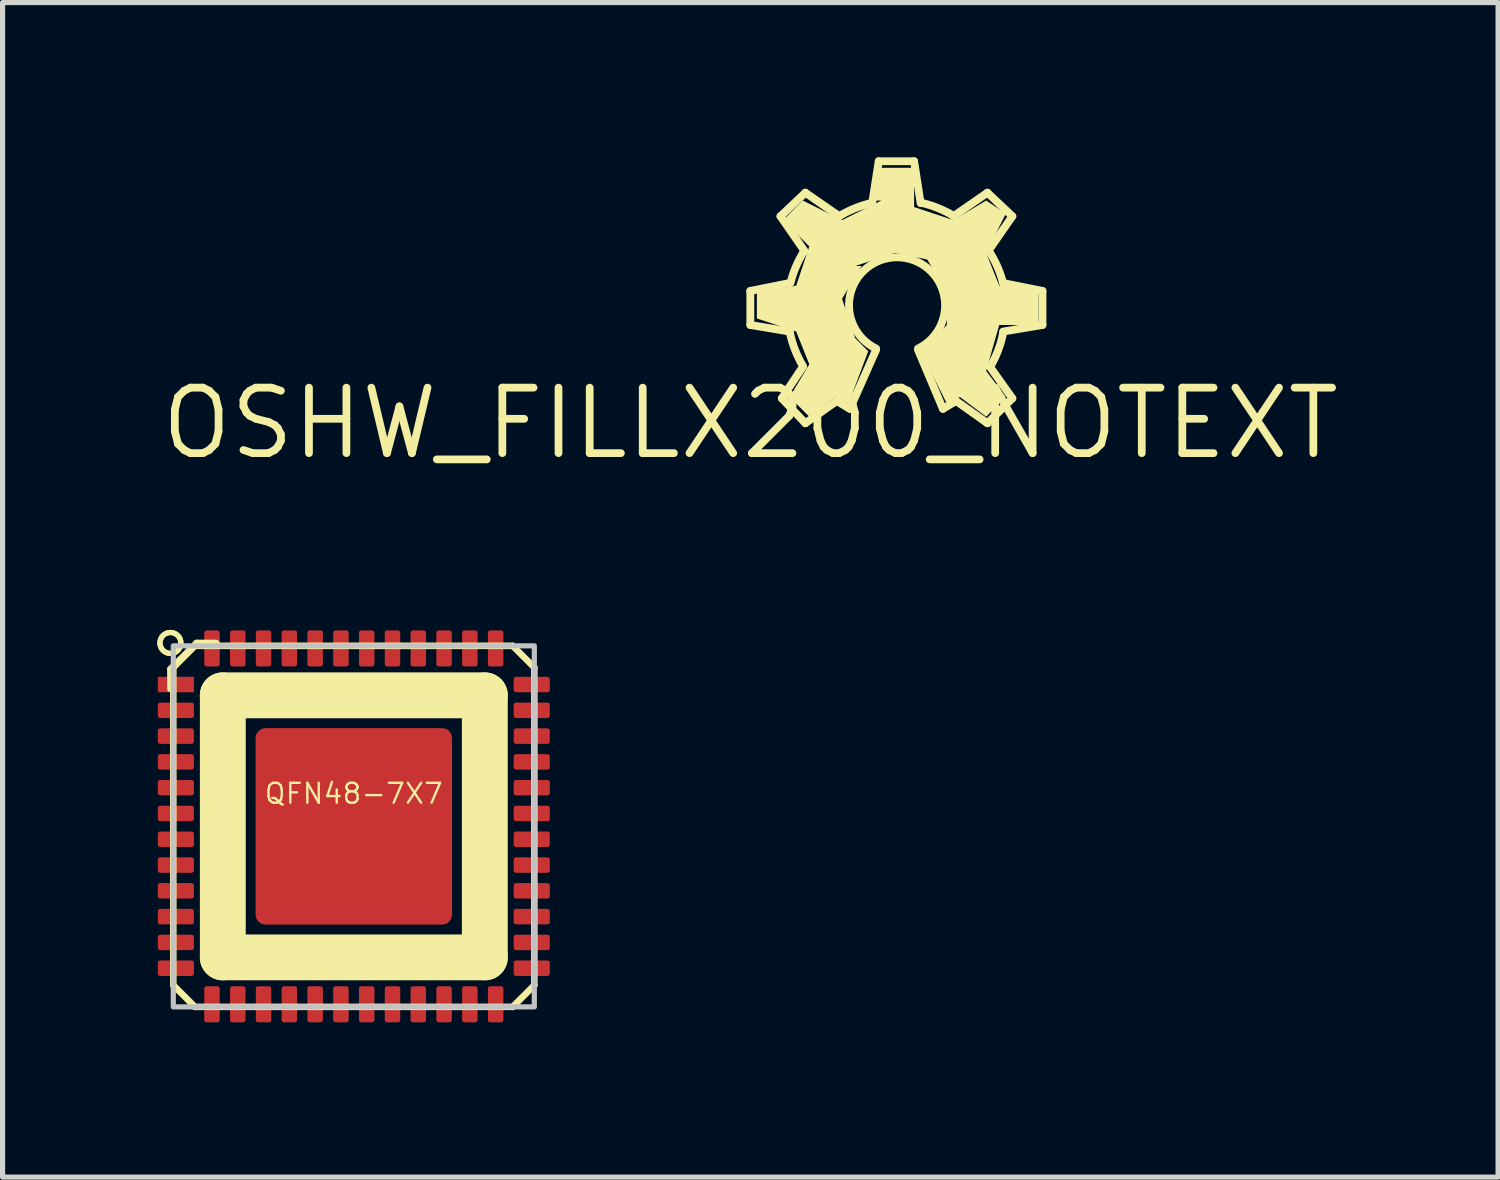
<source format=kicad_pcb>
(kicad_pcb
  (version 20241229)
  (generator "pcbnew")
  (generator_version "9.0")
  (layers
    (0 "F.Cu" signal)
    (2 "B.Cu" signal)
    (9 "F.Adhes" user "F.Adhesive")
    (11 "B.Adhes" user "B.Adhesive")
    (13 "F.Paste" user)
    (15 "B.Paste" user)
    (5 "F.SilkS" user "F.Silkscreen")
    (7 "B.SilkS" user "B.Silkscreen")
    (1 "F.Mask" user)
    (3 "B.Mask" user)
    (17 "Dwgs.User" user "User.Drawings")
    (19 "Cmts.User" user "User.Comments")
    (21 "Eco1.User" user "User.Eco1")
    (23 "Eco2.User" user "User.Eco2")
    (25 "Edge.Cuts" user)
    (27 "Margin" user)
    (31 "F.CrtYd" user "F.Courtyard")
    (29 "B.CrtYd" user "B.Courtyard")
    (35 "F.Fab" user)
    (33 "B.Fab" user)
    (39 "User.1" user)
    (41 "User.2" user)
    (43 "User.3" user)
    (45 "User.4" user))
  (footprint "OSHW_FILLX200_NOTEXT"
    (layer "F.Cu")
    (at 11.498 5.156)
    (property "Reference" "OSHW_FILLX200_NOTEXT" (at 0 0 0) (layer "F.SilkS") (effects (font (size 1.27 1.27) (thickness 0.15))))
    (attr through_hole)
    (fp_line (start 0 -2.565) (end 0.762 -2.718) (stroke (width 0.152) (type solid)) (layer "F.SilkS"))
    (fp_line (start 0 -1.905) (end 0 -2.565) (stroke (width 0.152) (type solid)) (layer "F.SilkS"))
    (fp_line (start 0.584 -4.013) (end 1.067 -4.47) (stroke (width 0.152) (type solid)) (layer "F.SilkS"))
    (fp_line (start 0.61 -0.483) (end 1.016 -1.092) (stroke (width 0.152) (type solid)) (layer "F.SilkS"))
    (fp_line (start 0.762 -1.778) (end 0 -1.905) (stroke (width 0.152) (type solid)) (layer "F.SilkS"))
    (fp_line (start 1.041 -3.353) (end 0.584 -4.013) (stroke (width 0.152) (type solid)) (layer "F.SilkS"))
    (fp_line (start 1.067 -4.47) (end 1.727 -4.013) (stroke (width 0.152) (type solid)) (layer "F.SilkS"))
    (fp_line (start 1.067 0) (end 0.61 -0.483) (stroke (width 0.152) (type solid)) (layer "F.SilkS"))
    (fp_line (start 1.676 -0.432) (end 1.067 0) (stroke (width 0.152) (type solid)) (layer "F.SilkS"))
    (fp_line (start 1.93 -0.279) (end 1.676 -0.432) (stroke (width 0.152) (type solid)) (layer "F.SilkS"))
    (fp_line (start 2.362 -4.267) (end 2.489 -5.08) (stroke (width 0.152) (type solid)) (layer "F.SilkS"))
    (fp_line (start 2.438 -1.422) (end 1.93 -0.279) (stroke (width 0.152) (type solid)) (layer "F.SilkS"))
    (fp_line (start 2.489 -5.08) (end 3.175 -5.08) (stroke (width 0.152) (type solid)) (layer "F.SilkS"))
    (fp_line (start 3.175 -5.08) (end 3.302 -4.267) (stroke (width 0.152) (type solid)) (layer "F.SilkS"))
    (fp_line (start 3.734 -0.279) (end 3.251 -1.422) (stroke (width 0.152) (type solid)) (layer "F.SilkS"))
    (fp_line (start 3.937 -4.013) (end 4.597 -4.47) (stroke (width 0.152) (type solid)) (layer "F.SilkS"))
    (fp_line (start 3.988 -0.432) (end 3.734 -0.279) (stroke (width 0.152) (type solid)) (layer "F.SilkS"))
    (fp_line (start 4.597 -4.47) (end 5.08 -4.013) (stroke (width 0.152) (type solid)) (layer "F.SilkS"))
    (fp_line (start 4.597 0) (end 3.988 -0.432) (stroke (width 0.152) (type solid)) (layer "F.SilkS"))
    (fp_line (start 4.648 -1.092) (end 5.08 -0.483) (stroke (width 0.152) (type solid)) (layer "F.SilkS"))
    (fp_line (start 4.902 -2.718) (end 5.664 -2.565) (stroke (width 0.152) (type solid)) (layer "F.SilkS"))
    (fp_line (start 5.08 -4.013) (end 4.623 -3.353) (stroke (width 0.152) (type solid)) (layer "F.SilkS"))
    (fp_line (start 5.08 -0.483) (end 4.597 0) (stroke (width 0.152) (type solid)) (layer "F.SilkS"))
    (fp_line (start 5.664 -2.565) (end 5.664 -1.905) (stroke (width 0.152) (type solid)) (layer "F.SilkS"))
    (fp_line (start 5.664 -1.905) (end 4.902 -1.778) (stroke (width 0.152) (type solid)) (layer "F.SilkS"))
    (fp_arc (start 0.7779 -2.7179) (mid 0.885744 -3.039218) (end 1.0435 -3.3392) (stroke (width 0.1524) (type solid)) (layer "F.SilkS"))
    (fp_arc (start 1.0245 -1.1004) (mid 0.865117 -1.425978) (end 0.7637 -1.774) (stroke (width 0.1524) (type solid)) (layer "F.SilkS"))
    (fp_arc (start 1.736 -4.0223) (mid 2.029987 -4.16927) (end 2.3432 -4.2689) (stroke (width 0.1524) (type solid)) (layer "F.SilkS"))
    (fp_arc (start 2.4384 -1.4478) (mid 2.8448 -3.217524) (end 3.251199 -1.4478) (stroke (width 0.1524) (type solid)) (layer "F.SilkS"))
    (fp_arc (start 3.3155 -4.2736) (mid 3.64128 -4.170999) (end 3.9464 -4.0175) (stroke (width 0.1524) (type solid)) (layer "F.SilkS"))
    (fp_arc (start 4.6199 -3.3487) (mid 4.786428 -3.045111) (end 4.8997 -2.7179) (stroke (width 0.1524) (type solid)) (layer "F.SilkS"))
    (fp_arc (start 4.9045 -1.7692) (mid 4.806636 -1.418653) (end 4.6484 -1.0909) (stroke (width 0.1524) (type solid)) (layer "F.SilkS"))
    (fp_poly (pts (xy 1.651 -0.508) (xy 1.143 -0.127) (xy 0.762 -0.508) (xy 1.143 -1.143) (xy 0.889 -1.778) (xy 0.127 -2.032) (xy 0.127 -1.905) (xy 0.127 -2.54) (xy 0.889 -2.667) (xy 1.143 -3.429) (xy 0.635 -3.937) (xy 1.016 -4.318) (xy 1.778 -3.937) (xy 2.54 -4.318) (xy 2.413 -4.318) (xy 2.54 -4.953) (xy 3.175 -4.953) (xy 3.175 -4.191) (xy 3.937 -3.937) (xy 4.572 -4.318) (xy 4.953 -4.064) (xy 4.572 -3.302) (xy 4.826 -2.667) (xy 5.588 -2.54) (xy 5.588 -1.905) (xy 4.826 -1.905) (xy 4.572 -1.016) (xy 4.953 -0.508) (xy 4.572 -0.127) (xy 4.064 -0.508) (xy 3.81 -0.381) (xy 3.302 -1.397) (xy 3.81 -1.905) (xy 3.81 -2.54) (xy 3.429 -3.175) (xy 2.794 -3.302) (xy 2.032 -3.048) (xy 2.159 -3.048) (xy 1.778 -2.413) (xy 2.032 -1.651) (xy 2.286 -1.397) (xy 1.905 -0.381)) (stroke (width 0) (type solid)) (fill yes) (layer "F.SilkS")))
  (footprint "QFN48-7X7"
    (layer "F.Cu")
    (at 3.81 12.972)
    (property "Reference" "QFN48-7X7" (at 0 -0.635 0) (layer "F.SilkS") (effects (font (size 0.386 0.386) (thickness 0.046))))
    (attr through_hole)
    (fp_line (start -3.556 -3.048) (end -3.556 -2.667) (stroke (width 0.127) (type solid)) (layer "F.SilkS"))
    (fp_line (start -3.5 -3.08) (end -3.08 -3.5) (stroke (width 0.127) (type solid)) (layer "F.SilkS"))
    (fp_line (start -3.5 3.08) (end -3.5 -3.08) (stroke (width 0.127) (type solid)) (layer "F.SilkS"))
    (fp_line (start -3.08 -3.5) (end 3.08 -3.5) (stroke (width 0.127) (type solid)) (layer "F.SilkS"))
    (fp_line (start -3.08 3.5) (end -3.5 3.08) (stroke (width 0.127) (type solid)) (layer "F.SilkS"))
    (fp_line (start -3.048 -3.556) (end -3.556 -3.048) (stroke (width 0.127) (type solid)) (layer "F.SilkS"))
    (fp_line (start -2.667 -3.556) (end -3.048 -3.556) (stroke (width 0.127) (type solid)) (layer "F.SilkS"))
    (fp_line (start -2.54 -2.54) (end 2.54 -2.54) (stroke (width 0.889) (type solid)) (layer "F.SilkS"))
    (fp_line (start -2.54 2.54) (end -2.54 -2.54) (stroke (width 0.889) (type solid)) (layer "F.SilkS"))
    (fp_line (start 2.54 -2.54) (end 2.54 2.54) (stroke (width 0.889) (type solid)) (layer "F.SilkS"))
    (fp_line (start 2.54 2.54) (end -2.54 2.54) (stroke (width 0.889) (type solid)) (layer "F.SilkS"))
    (fp_line (start 3.08 -3.5) (end 3.5 -3.08) (stroke (width 0.127) (type solid)) (layer "F.SilkS"))
    (fp_line (start 3.08 3.5) (end -3.08 3.5) (stroke (width 0.127) (type solid)) (layer "F.SilkS"))
    (fp_line (start 3.5 -3.08) (end 3.5 3.08) (stroke (width 0.127) (type solid)) (layer "F.SilkS"))
    (fp_line (start 3.5 3.08) (end 3.08 3.5) (stroke (width 0.127) (type solid)) (layer "F.SilkS"))
    (fp_circle (center -3.556 -3.556) (end -3.353 -3.556) (stroke (width 0.102) (type solid)) (fill no) (layer "F.SilkS"))
    (fp_circle (center -3.556 -3.556) (end -3.353 -3.556) (stroke (width 0.102) (type solid)) (fill no) (layer "F.SilkS"))
    (fp_poly (pts (xy -1.524 -0.254) (xy -0.254 -0.254) (xy -0.254 -1.524) (xy -1.524 -1.524)) (stroke (width 0) (type solid)) (fill yes) (layer "F.Paste"))
    (fp_poly (pts (xy -1.524 1.524) (xy -0.254 1.524) (xy -0.254 0.254) (xy -1.524 0.254)) (stroke (width 0) (type solid)) (fill yes) (layer "F.Paste"))
    (fp_poly (pts (xy 0.254 -0.254) (xy 1.524 -0.254) (xy 1.524 -1.524) (xy 0.254 -1.524)) (stroke (width 0) (type solid)) (fill yes) (layer "F.Paste"))
    (fp_poly (pts (xy 0.254 1.524) (xy 1.524 1.524) (xy 1.524 0.254) (xy 0.254 0.254)) (stroke (width 0) (type solid)) (fill yes) (layer "F.Paste"))
    (fp_poly (pts (xy -3.5 -3.5) (xy -3.5 3.5) (xy 3.5 3.5) (xy 3.5 -3.5)) (stroke (width 0.1) (type solid)) (fill no) (layer "Dwgs.User"))
    (pad "1" smd rect (at -3.45 -2.75) (size 0.7 0.3) (layers "F.Cu" "F.Mask" "F.Paste"))
    (pad "2" smd roundrect (at -3.45 -2.25) (size 0.7 0.3) (layers "F.Cu" "F.Mask" "F.Paste") (roundrect_rratio 0.15))
    (pad "3" smd roundrect (at -3.45 -1.75) (size 0.7 0.3) (layers "F.Cu" "F.Mask" "F.Paste") (roundrect_rratio 0.15))
    (pad "4" smd roundrect (at -3.45 -1.25) (size 0.7 0.3) (layers "F.Cu" "F.Mask" "F.Paste") (roundrect_rratio 0.15))
    (pad "5" smd roundrect (at -3.45 -0.75) (size 0.7 0.3) (layers "F.Cu" "F.Mask" "F.Paste") (roundrect_rratio 0.15))
    (pad "6" smd roundrect (at -3.45 -0.25) (size 0.7 0.3) (layers "F.Cu" "F.Mask" "F.Paste") (roundrect_rratio 0.15))
    (pad "7" smd roundrect (at -3.45 0.25) (size 0.7 0.3) (layers "F.Cu" "F.Mask" "F.Paste") (roundrect_rratio 0.15))
    (pad "8" smd roundrect (at -3.45 0.75) (size 0.7 0.3) (layers "F.Cu" "F.Mask" "F.Paste") (roundrect_rratio 0.15))
    (pad "9" smd roundrect (at -3.45 1.25) (size 0.7 0.3) (layers "F.Cu" "F.Mask" "F.Paste") (roundrect_rratio 0.15))
    (pad "10" smd roundrect (at -3.45 1.75) (size 0.7 0.3) (layers "F.Cu" "F.Mask" "F.Paste") (roundrect_rratio 0.15))
    (pad "11" smd roundrect (at -3.45 2.25) (size 0.7 0.3) (layers "F.Cu" "F.Mask" "F.Paste") (roundrect_rratio 0.15))
    (pad "12" smd roundrect (at -3.45 2.75) (size 0.7 0.3) (layers "F.Cu" "F.Mask" "F.Paste") (roundrect_rratio 0.15))
    (pad "13" smd roundrect (at -2.75 3.45 90) (size 0.7 0.3) (layers "F.Cu" "F.Mask" "F.Paste") (roundrect_rratio 0.15))
    (pad "14" smd roundrect (at -2.25 3.45 90) (size 0.7 0.3) (layers "F.Cu" "F.Mask" "F.Paste") (roundrect_rratio 0.15))
    (pad "15" smd roundrect (at -1.75 3.45 90) (size 0.7 0.3) (layers "F.Cu" "F.Mask" "F.Paste") (roundrect_rratio 0.15))
    (pad "16" smd roundrect (at -1.25 3.45 90) (size 0.7 0.3) (layers "F.Cu" "F.Mask" "F.Paste") (roundrect_rratio 0.15))
    (pad "17" smd roundrect (at -0.75 3.45 90) (size 0.7 0.3) (layers "F.Cu" "F.Mask" "F.Paste") (roundrect_rratio 0.15))
    (pad "18" smd roundrect (at -0.25 3.45 90) (size 0.7 0.3) (layers "F.Cu" "F.Mask" "F.Paste") (roundrect_rratio 0.15))
    (pad "19" smd roundrect (at 0.25 3.45 90) (size 0.7 0.3) (layers "F.Cu" "F.Mask" "F.Paste") (roundrect_rratio 0.15))
    (pad "20" smd roundrect (at 0.75 3.45 90) (size 0.7 0.3) (layers "F.Cu" "F.Mask" "F.Paste") (roundrect_rratio 0.15))
    (pad "21" smd roundrect (at 1.25 3.45 90) (size 0.7 0.3) (layers "F.Cu" "F.Mask" "F.Paste") (roundrect_rratio 0.15))
    (pad "22" smd roundrect (at 1.75 3.45 90) (size 0.7 0.3) (layers "F.Cu" "F.Mask" "F.Paste") (roundrect_rratio 0.15))
    (pad "23" smd roundrect (at 2.25 3.45 90) (size 0.7 0.3) (layers "F.Cu" "F.Mask" "F.Paste") (roundrect_rratio 0.15))
    (pad "24" smd roundrect (at 2.75 3.45 90) (size 0.7 0.3) (layers "F.Cu" "F.Mask" "F.Paste") (roundrect_rratio 0.15))
    (pad "25" smd roundrect (at 3.45 2.75 180) (size 0.7 0.3) (layers "F.Cu" "F.Mask" "F.Paste") (roundrect_rratio 0.15))
    (pad "26" smd roundrect (at 3.45 2.25 180) (size 0.7 0.3) (layers "F.Cu" "F.Mask" "F.Paste") (roundrect_rratio 0.15))
    (pad "27" smd roundrect (at 3.45 1.75 180) (size 0.7 0.3) (layers "F.Cu" "F.Mask" "F.Paste") (roundrect_rratio 0.15))
    (pad "28" smd roundrect (at 3.45 1.25 180) (size 0.7 0.3) (layers "F.Cu" "F.Mask" "F.Paste") (roundrect_rratio 0.15))
    (pad "29" smd roundrect (at 3.45 0.75 180) (size 0.7 0.3) (layers "F.Cu" "F.Mask" "F.Paste") (roundrect_rratio 0.15))
    (pad "30" smd roundrect (at 3.45 0.25 180) (size 0.7 0.3) (layers "F.Cu" "F.Mask" "F.Paste") (roundrect_rratio 0.15))
    (pad "31" smd roundrect (at 3.45 -0.25 180) (size 0.7 0.3) (layers "F.Cu" "F.Mask" "F.Paste") (roundrect_rratio 0.15))
    (pad "32" smd roundrect (at 3.45 -0.75 180) (size 0.7 0.3) (layers "F.Cu" "F.Mask" "F.Paste") (roundrect_rratio 0.15))
    (pad "33" smd roundrect (at 3.45 -1.25 180) (size 0.7 0.3) (layers "F.Cu" "F.Mask" "F.Paste") (roundrect_rratio 0.15))
    (pad "34" smd roundrect (at 3.45 -1.75 180) (size 0.7 0.3) (layers "F.Cu" "F.Mask" "F.Paste") (roundrect_rratio 0.15))
    (pad "35" smd roundrect (at 3.45 -2.25 180) (size 0.7 0.3) (layers "F.Cu" "F.Mask" "F.Paste") (roundrect_rratio 0.15))
    (pad "36" smd roundrect (at 3.45 -2.75 180) (size 0.7 0.3) (layers "F.Cu" "F.Mask" "F.Paste") (roundrect_rratio 0.15))
    (pad "37" smd roundrect (at 2.75 -3.45 270) (size 0.7 0.3) (layers "F.Cu" "F.Mask" "F.Paste") (roundrect_rratio 0.15))
    (pad "38" smd roundrect (at 2.25 -3.45 270) (size 0.7 0.3) (layers "F.Cu" "F.Mask" "F.Paste") (roundrect_rratio 0.15))
    (pad "39" smd roundrect (at 1.75 -3.45 270) (size 0.7 0.3) (layers "F.Cu" "F.Mask" "F.Paste") (roundrect_rratio 0.15))
    (pad "40" smd roundrect (at 1.25 -3.45 270) (size 0.7 0.3) (layers "F.Cu" "F.Mask" "F.Paste") (roundrect_rratio 0.15))
    (pad "41" smd roundrect (at 0.75 -3.45 270) (size 0.7 0.3) (layers "F.Cu" "F.Mask" "F.Paste") (roundrect_rratio 0.15))
    (pad "42" smd roundrect (at 0.25 -3.45 270) (size 0.7 0.3) (layers "F.Cu" "F.Mask" "F.Paste") (roundrect_rratio 0.15))
    (pad "43" smd roundrect (at -0.25 -3.45 270) (size 0.7 0.3) (layers "F.Cu" "F.Mask" "F.Paste") (roundrect_rratio 0.15))
    (pad "44" smd roundrect (at -0.75 -3.45 270) (size 0.7 0.3) (layers "F.Cu" "F.Mask" "F.Paste") (roundrect_rratio 0.15))
    (pad "45" smd roundrect (at -1.25 -3.45 270) (size 0.7 0.3) (layers "F.Cu" "F.Mask" "F.Paste") (roundrect_rratio 0.15))
    (pad "46" smd roundrect (at -1.75 -3.45 270) (size 0.7 0.3) (layers "F.Cu" "F.Mask" "F.Paste") (roundrect_rratio 0.15))
    (pad "47" smd roundrect (at -2.25 -3.45 270) (size 0.7 0.3) (layers "F.Cu" "F.Mask" "F.Paste") (roundrect_rratio 0.15))
    (pad "48" smd roundrect (at -2.75 -3.45 270) (size 0.7 0.3) (layers "F.Cu" "F.Mask" "F.Paste") (roundrect_rratio 0.15))
    (pad "PAD" smd roundrect (at 0 0 270) (size 3.81 3.81) (layers "F.Cu" "F.Mask") (roundrect_rratio 0.05)))
  (gr_rect
    (start -3 -3)
    (end 25.996 19.772)
    (stroke (width 0.1) (type default))
    (fill no)
    (layer "Edge.Cuts")))
</source>
